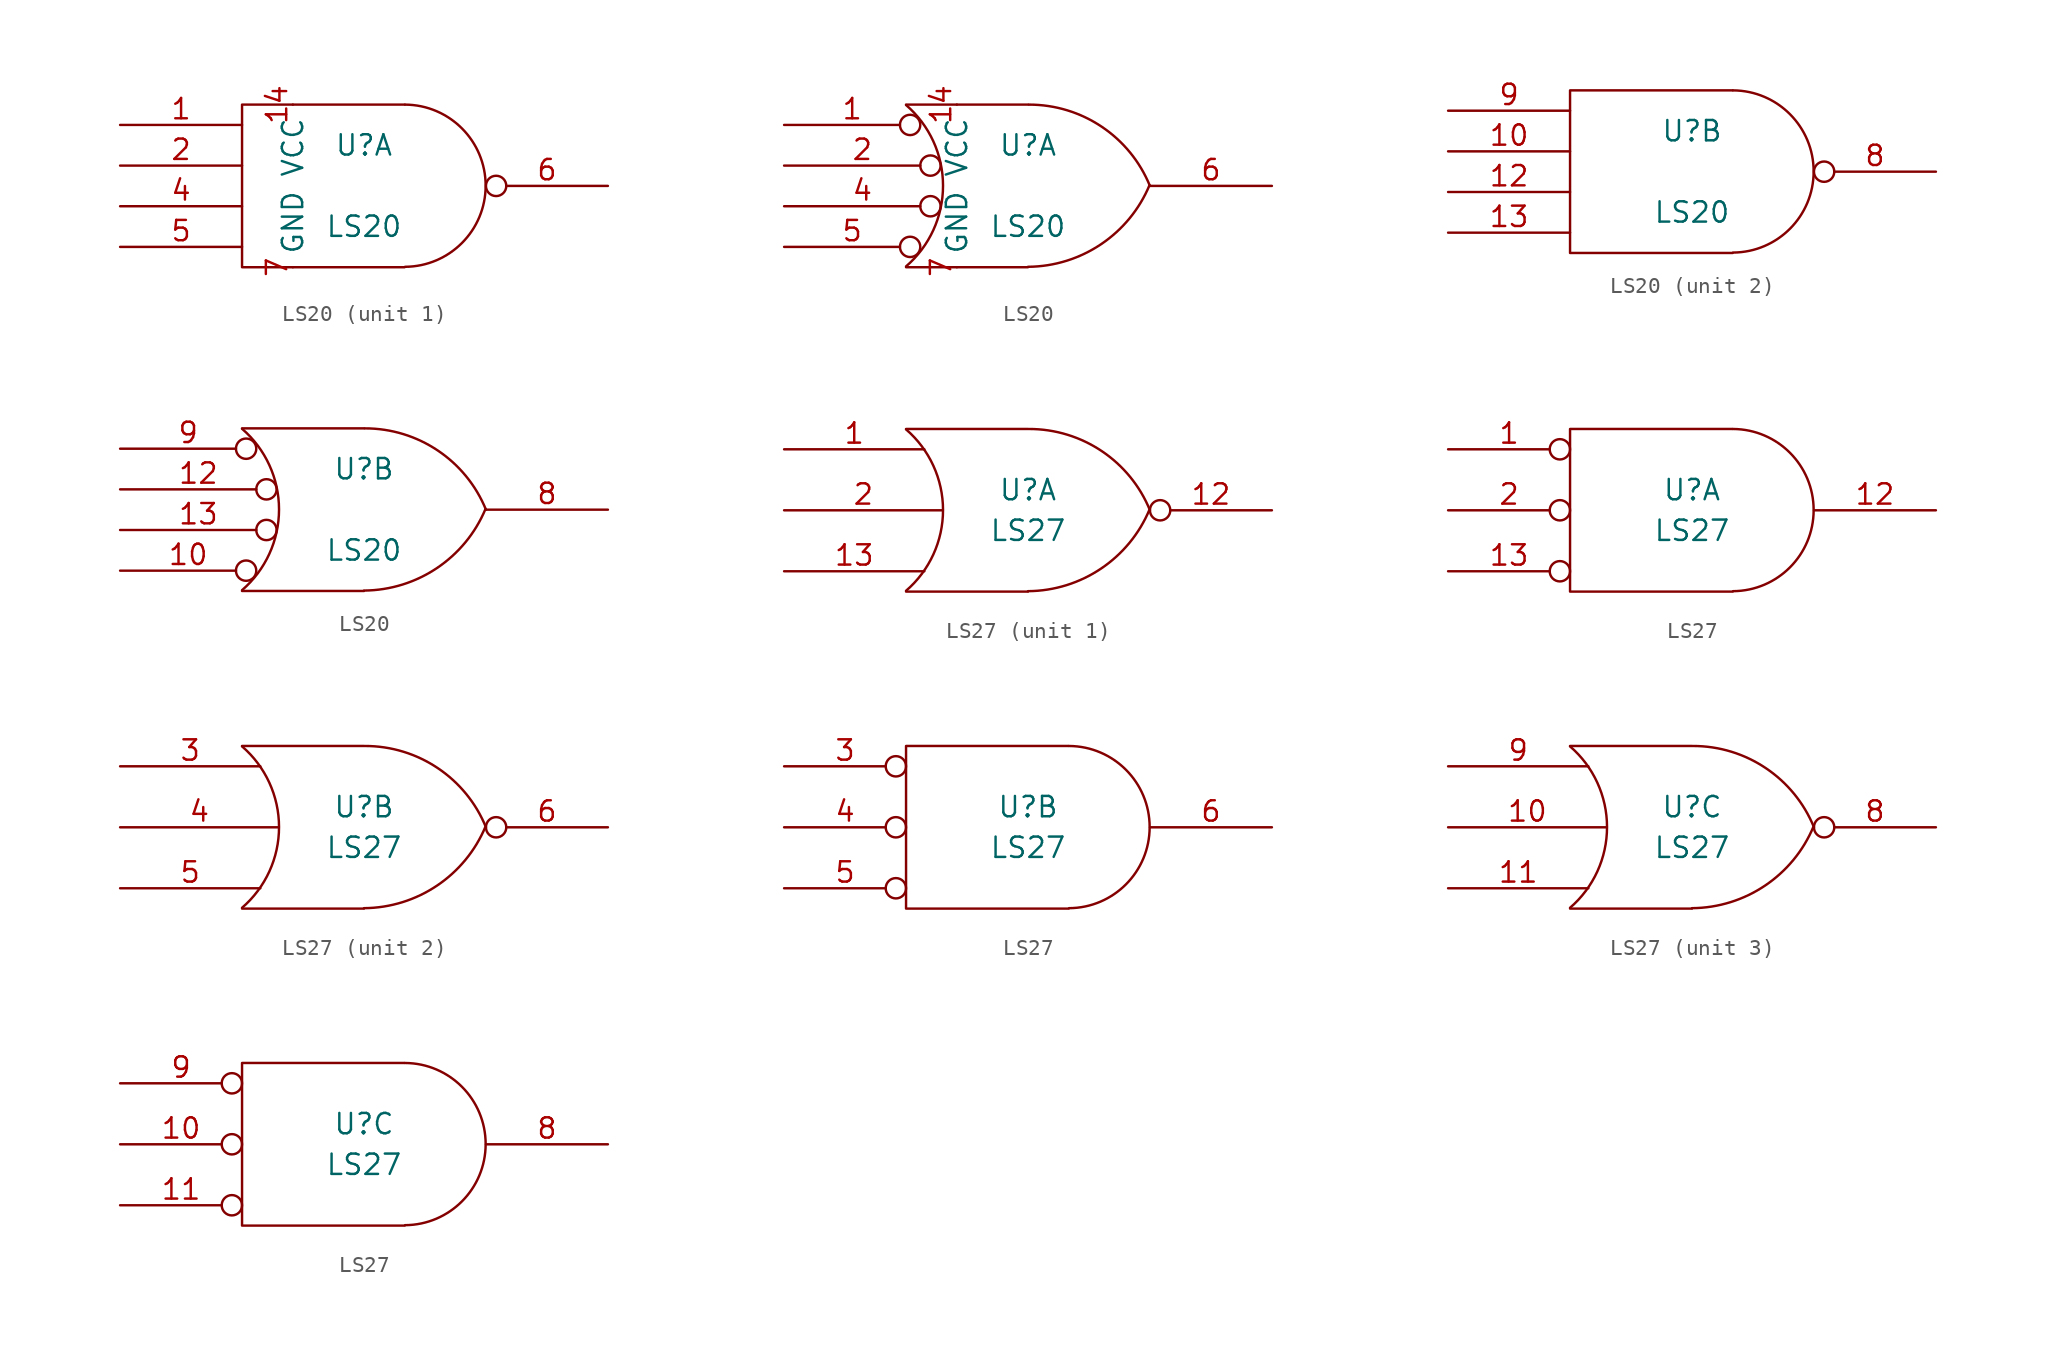
<source format=kicad_sym>
(kicad_symbol_lib
  (version 20211014)
  (generator kicad_symbol_editor)
  (symbol "LS20"
    (pin_names
      (offset 0.762))
    (property "Reference" "U"
      (at 0 2.54 0)
      (effects (font (size 1.27 1.27))))
    (property "Value" "LS20"
      (at 0 -2.54 0)
      (effects (font (size 1.27 1.27))))
    (symbol "LS20_0_1"
      (polyline (pts (xy 2.54 5.08) (xy -7.62 5.08) (xy -7.62 -5.08) (xy 2.54 -5.08)) (stroke (width 0) (type default) (color 0 0 0 0)) (fill (type none)))
      (arc (start 2.5654 -5.0546) (mid 7.5947 0.0001) (end 2.5654 5.08) (stroke (width 0) (type default) (color 0 0 0 0)) (fill (type none))))
    (symbol "LS20_0_2"
      (arc (start -7.62 -5.0292) (mid -5.3094 0.0082) (end -7.62 5.0546) (stroke (width 0) (type default) (color 0 0 0 0)) (fill (type none)))
      (arc (start 0 -5.0546) (mid 4.5632 -3.6449) (end 7.5946 0.0508) (stroke (width 0) (type default) (color 0 0 0 0)) (fill (type none)))
      (polyline (pts (xy -7.62 -5.08) (xy 0 -5.08)) (stroke (width 0) (type default) (color 0 0 0 0)) (fill (type none)))
      (polyline (pts (xy -7.62 5.08) (xy 0 5.08)) (stroke (width 0) (type default) (color 0 0 0 0)) (fill (type none)))
      (arc (start 7.62 0) (mid 4.6132 3.6946) (end 0.0508 5.08) (stroke (width 0) (type default) (color 0 0 0 0)) (fill (type none))))
    (symbol "LS20_1_0"
      (pin power_in line (at -4.445 5.08 270) (length 0) (name "VCC" (effects (font (size 1.27 1.27)))) (number "14" (effects (font (size 1.27 1.27)))))
      (pin power_in line (at -4.445 -5.08 90) (length 0) (name "GND" (effects (font (size 1.27 1.27)))) (number "7" (effects (font (size 1.27 1.27))))))
    (symbol "LS20_1_1"
      (pin input line (at -15.24 3.81 0) (length 7.62) (name "~" (effects (font (size 1.27 1.27)))) (number "1" (effects (font (size 1.27 1.27)))))
      (pin input line (at -15.24 1.27 0) (length 7.62) (name "~" (effects (font (size 1.27 1.27)))) (number "2" (effects (font (size 1.27 1.27)))))
      (pin input line (at -15.24 -1.27 0) (length 7.62) (name "~" (effects (font (size 1.27 1.27)))) (number "4" (effects (font (size 1.27 1.27)))))
      (pin input line (at -15.24 -3.81 0) (length 7.62) (name "~" (effects (font (size 1.27 1.27)))) (number "5" (effects (font (size 1.27 1.27)))))
      (pin output inverted (at 15.24 0 180) (length 7.62) (name "~" (effects (font (size 1.27 1.27)))) (number "6" (effects (font (size 1.27 1.27))))))
    (symbol "LS20_1_2"
      (pin input inverted (at -15.24 3.81 0) (length 8.509) (name "~" (effects (font (size 1.27 1.27)))) (number "1" (effects (font (size 1.27 1.27)))))
      (pin input inverted (at -15.24 1.27 0) (length 9.779) (name "~" (effects (font (size 1.27 1.27)))) (number "2" (effects (font (size 1.27 1.27)))))
      (pin output inverted (at -15.24 -1.27 0) (length 9.779) (name "~" (effects (font (size 1.27 1.27)))) (number "4" (effects (font (size 1.27 1.27)))))
      (pin input inverted (at -15.24 -3.81 0) (length 8.509) (name "~" (effects (font (size 1.27 1.27)))) (number "5" (effects (font (size 1.27 1.27)))))
      (pin output line (at 15.24 0 180) (length 7.62) (name "~" (effects (font (size 1.27 1.27)))) (number "6" (effects (font (size 1.27 1.27))))))
    (symbol "LS20_2_1"
      (pin input line (at -15.24 1.27 0) (length 7.62) (name "~" (effects (font (size 1.27 1.27)))) (number "10" (effects (font (size 1.27 1.27)))))
      (pin input line (at -15.24 -1.27 0) (length 7.62) (name "~" (effects (font (size 1.27 1.27)))) (number "12" (effects (font (size 1.27 1.27)))))
      (pin input line (at -15.24 -3.81 0) (length 7.62) (name "~" (effects (font (size 1.27 1.27)))) (number "13" (effects (font (size 1.27 1.27)))))
      (pin output inverted (at 15.24 0 180) (length 7.62) (name "~" (effects (font (size 1.27 1.27)))) (number "8" (effects (font (size 1.27 1.27)))))
      (pin input line (at -15.24 3.81 0) (length 7.62) (name "~" (effects (font (size 1.27 1.27)))) (number "9" (effects (font (size 1.27 1.27))))))
    (symbol "LS20_2_2"
      (pin input inverted (at -15.24 -3.81 0) (length 8.509) (name "~" (effects (font (size 1.27 1.27)))) (number "10" (effects (font (size 1.27 1.27)))))
      (pin input inverted (at -15.24 1.27 0) (length 9.779) (name "~" (effects (font (size 1.27 1.27)))) (number "12" (effects (font (size 1.27 1.27)))))
      (pin input inverted (at -15.24 -1.27 0) (length 9.779) (name "~" (effects (font (size 1.27 1.27)))) (number "13" (effects (font (size 1.27 1.27)))))
      (pin output line (at 15.24 0 180) (length 7.62) (name "~" (effects (font (size 1.27 1.27)))) (number "8" (effects (font (size 1.27 1.27)))))
      (pin input inverted (at -15.24 3.81 0) (length 8.509) (name "~" (effects (font (size 1.27 1.27)))) (number "9" (effects (font (size 1.27 1.27)))))))
  (symbol "LS27"
    (pin_names
      (offset 0.762))
    (property "Reference" "U"
      (at 0 1.27 0)
      (effects (font (size 1.27 1.27))))
    (property "Value" "LS27"
      (at 0 -1.27 0)
      (effects (font (size 1.27 1.27))))
    (symbol "LS27_0_0"
      (pin power_in line (at -5.08 5.08 90) (length 0) hide (name "VCC" (effects (font (size 1.016 1.016)))) (number "14" (effects (font (size 1.016 1.016)))))
      (pin power_in line (at -5.08 -5.08 90) (length 0) hide (name "GND" (effects (font (size 1.016 1.016)))) (number "7" (effects (font (size 1.016 1.016))))))
    (symbol "LS27_0_1"
      (arc (start -7.62 -5.0292) (mid -5.3094 0.0082) (end -7.62 5.0546) (stroke (width 0) (type default) (color 0 0 0 0)) (fill (type none)))
      (arc (start 0 -5.0546) (mid 4.5632 -3.6449) (end 7.5946 0.0508) (stroke (width 0) (type default) (color 0 0 0 0)) (fill (type none)))
      (polyline (pts (xy -7.62 -5.08) (xy 0 -5.08)) (stroke (width 0) (type default) (color 0 0 0 0)) (fill (type none)))
      (polyline (pts (xy -7.62 5.08) (xy 0 5.08)) (stroke (width 0) (type default) (color 0 0 0 0)) (fill (type none)))
      (arc (start 7.62 0) (mid 4.6132 3.6946) (end 0.0508 5.08) (stroke (width 0) (type default) (color 0 0 0 0)) (fill (type none))))
    (symbol "LS27_0_2"
      (polyline (pts (xy 2.54 5.08) (xy -7.62 5.08) (xy -7.62 -5.08) (xy 2.54 -5.08)) (stroke (width 0) (type default) (color 0 0 0 0)) (fill (type none)))
      (arc (start 2.5654 -5.0546) (mid 7.5947 0.0001) (end 2.5654 5.08) (stroke (width 0) (type default) (color 0 0 0 0)) (fill (type none))))
    (symbol "LS27_1_1"
      (pin input line (at -15.24 3.81 0) (length 8.763) (name "~" (effects (font (size 1.27 1.27)))) (number "1" (effects (font (size 1.27 1.27)))))
      (pin output inverted (at 15.24 0 180) (length 7.62) (name "~" (effects (font (size 1.27 1.27)))) (number "12" (effects (font (size 1.27 1.27)))))
      (pin input line (at -15.24 -3.81 0) (length 8.763) (name "~" (effects (font (size 1.27 1.27)))) (number "13" (effects (font (size 1.27 1.27)))))
      (pin input line (at -15.24 0 0) (length 9.906) (name "~" (effects (font (size 1.27 1.27)))) (number "2" (effects (font (size 1.27 1.27))))))
    (symbol "LS27_1_2"
      (pin input inverted (at -15.24 3.81 0) (length 7.62) (name "~" (effects (font (size 1.27 1.27)))) (number "1" (effects (font (size 1.27 1.27)))))
      (pin output line (at 15.24 0 180) (length 7.62) (name "~" (effects (font (size 1.27 1.27)))) (number "12" (effects (font (size 1.27 1.27)))))
      (pin input inverted (at -15.24 -3.81 0) (length 7.62) (name "~" (effects (font (size 1.27 1.27)))) (number "13" (effects (font (size 1.27 1.27)))))
      (pin input inverted (at -15.24 0 0) (length 7.62) (name "~" (effects (font (size 1.27 1.27)))) (number "2" (effects (font (size 1.27 1.27))))))
    (symbol "LS27_2_1"
      (pin input line (at -15.24 3.81 0) (length 8.763) (name "~" (effects (font (size 1.27 1.27)))) (number "3" (effects (font (size 1.27 1.27)))))
      (pin input line (at -15.24 0 0) (length 9.906) (name "~" (effects (font (size 1.27 1.27)))) (number "4" (effects (font (size 1.27 1.27)))))
      (pin input line (at -15.24 -3.81 0) (length 8.763) (name "~" (effects (font (size 1.27 1.27)))) (number "5" (effects (font (size 1.27 1.27)))))
      (pin output inverted (at 15.24 0 180) (length 7.62) (name "~" (effects (font (size 1.27 1.27)))) (number "6" (effects (font (size 1.27 1.27))))))
    (symbol "LS27_2_2"
      (pin input inverted (at -15.24 3.81 0) (length 7.62) (name "~" (effects (font (size 1.27 1.27)))) (number "3" (effects (font (size 1.27 1.27)))))
      (pin input inverted (at -15.24 0 0) (length 7.62) (name "~" (effects (font (size 1.27 1.27)))) (number "4" (effects (font (size 1.27 1.27)))))
      (pin input inverted (at -15.24 -3.81 0) (length 7.62) (name "~" (effects (font (size 1.27 1.27)))) (number "5" (effects (font (size 1.27 1.27)))))
      (pin output line (at 15.24 0 180) (length 7.62) (name "~" (effects (font (size 1.27 1.27)))) (number "6" (effects (font (size 1.27 1.27))))))
    (symbol "LS27_3_1"
      (pin input line (at -15.24 0 0) (length 9.906) (name "~" (effects (font (size 1.27 1.27)))) (number "10" (effects (font (size 1.27 1.27)))))
      (pin input line (at -15.24 -3.81 0) (length 8.763) (name "~" (effects (font (size 1.27 1.27)))) (number "11" (effects (font (size 1.27 1.27)))))
      (pin output inverted (at 15.24 0 180) (length 7.62) (name "~" (effects (font (size 1.27 1.27)))) (number "8" (effects (font (size 1.27 1.27)))))
      (pin input line (at -15.24 3.81 0) (length 8.763) (name "~" (effects (font (size 1.27 1.27)))) (number "9" (effects (font (size 1.27 1.27))))))
    (symbol "LS27_3_2"
      (pin input inverted (at -15.24 0 0) (length 7.62) (name "~" (effects (font (size 1.27 1.27)))) (number "10" (effects (font (size 1.27 1.27)))))
      (pin input inverted (at -15.24 -3.81 0) (length 7.62) (name "~" (effects (font (size 1.27 1.27)))) (number "11" (effects (font (size 1.27 1.27)))))
      (pin output line (at 15.24 0 180) (length 7.62) (name "~" (effects (font (size 1.27 1.27)))) (number "8" (effects (font (size 1.27 1.27)))))
      (pin input inverted (at -15.24 3.81 0) (length 7.62) (name "~" (effects (font (size 1.27 1.27)))) (number "9" (effects (font (size 1.27 1.27))))))))
</source>
